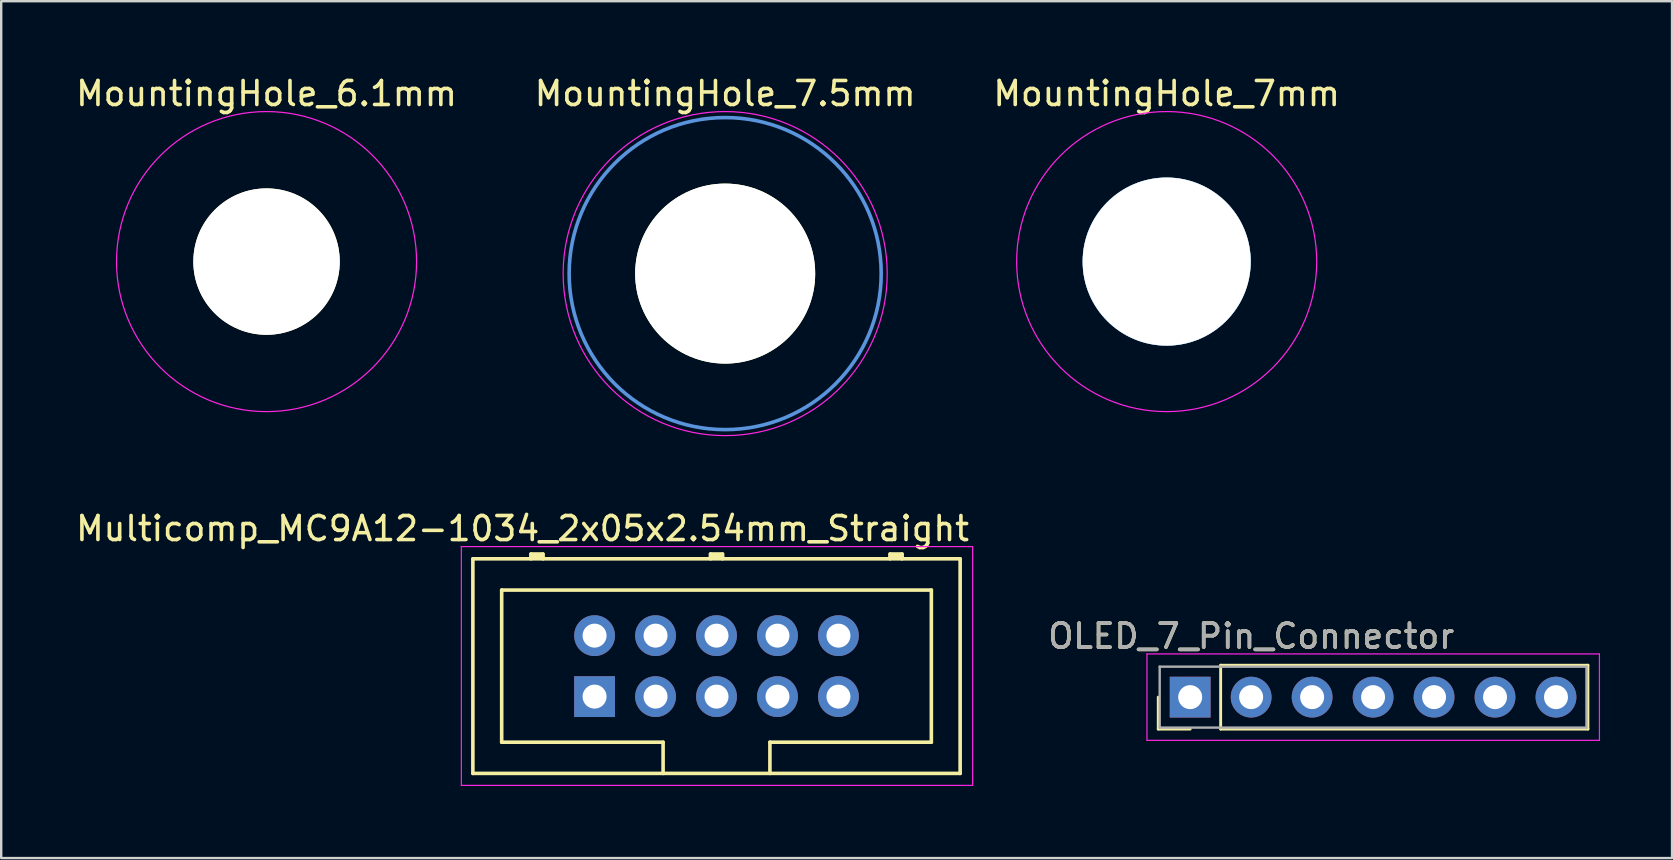
<source format=kicad_pcb>
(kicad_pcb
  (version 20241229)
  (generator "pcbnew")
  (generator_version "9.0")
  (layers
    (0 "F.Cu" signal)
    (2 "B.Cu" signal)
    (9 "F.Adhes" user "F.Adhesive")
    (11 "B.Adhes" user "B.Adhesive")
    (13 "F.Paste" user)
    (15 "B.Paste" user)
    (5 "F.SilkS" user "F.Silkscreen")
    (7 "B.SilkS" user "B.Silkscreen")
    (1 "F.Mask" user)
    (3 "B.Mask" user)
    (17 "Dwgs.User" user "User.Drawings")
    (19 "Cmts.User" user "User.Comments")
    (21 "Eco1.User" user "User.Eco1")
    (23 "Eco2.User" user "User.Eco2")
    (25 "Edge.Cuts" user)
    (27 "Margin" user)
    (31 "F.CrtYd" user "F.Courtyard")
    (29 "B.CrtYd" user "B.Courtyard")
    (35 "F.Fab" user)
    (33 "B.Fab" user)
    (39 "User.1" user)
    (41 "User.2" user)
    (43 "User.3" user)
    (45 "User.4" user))
  (footprint "MountingHole_7mm"
    (layer "F.Cu")
    (at 45.554 7.848)
    (property "Reference" "MountingHole_7mm" (at 0 -7 0) (layer "F.SilkS") (effects (font (size 1 1) (thickness 0.15))))
    (attr through_hole)
    (fp_circle (center 0 0) (end 3.43 0) (stroke (width 0.15) (type solid)) (fill no) (layer "Cmts.User"))
    (fp_circle (center 0 0) (end 6.25 0) (stroke (width 0.05) (type solid)) (fill no) (layer "F.CrtYd"))
    (pad "" np_thru_hole circle (at 0 0) (size 7 7) (drill 7) (layers "*.Cu" "*.Mask" "F.SilkS")))
  (footprint "OLED_7_Pin_Connector"
    (layer "F.Cu")
    (at 54.153 18.373)
    (property "Reference" "OLED_7_Pin_Connector" (at -5.08 5.08 0) (layer "F.SilkS") (effects (font (size 1 1) (thickness 0.15))))
    (attr through_hole)
    (fp_line (start -8.95 8.95) (end -8.95 7.62) (stroke (width 0.12) (type solid)) (layer "F.SilkS"))
    (fp_line (start -7.62 8.95) (end -8.95 8.95) (stroke (width 0.12) (type solid)) (layer "F.SilkS"))
    (fp_line (start -6.35 6.29) (end -6.35 8.95) (stroke (width 0.12) (type solid)) (layer "F.SilkS"))
    (fp_line (start -6.35 8.95) (end 8.95 8.95) (stroke (width 0.12) (type solid)) (layer "F.SilkS"))
    (fp_line (start 8.95 6.29) (end -6.35 6.29) (stroke (width 0.12) (type solid)) (layer "F.SilkS"))
    (fp_line (start 8.95 8.95) (end 8.95 6.29) (stroke (width 0.12) (type solid)) (layer "F.SilkS"))
    (fp_line (start -9.42 5.82) (end -9.42 9.42) (stroke (width 0.05) (type solid)) (layer "F.CrtYd"))
    (fp_line (start -9.42 9.42) (end 9.43 9.42) (stroke (width 0.05) (type solid)) (layer "F.CrtYd"))
    (fp_line (start 9.43 5.82) (end -9.42 5.82) (stroke (width 0.05) (type solid)) (layer "F.CrtYd"))
    (fp_line (start 9.43 9.42) (end 9.43 5.82) (stroke (width 0.05) (type solid)) (layer "F.CrtYd"))
    (fp_line (start -8.89 6.35) (end -8.89 8.89) (stroke (width 0.1) (type solid)) (layer "F.Fab"))
    (fp_line (start -8.89 8.89) (end 8.89 8.89) (stroke (width 0.1) (type solid)) (layer "F.Fab"))
    (fp_line (start 8.89 6.35) (end -8.89 6.35) (stroke (width 0.1) (type solid)) (layer "F.Fab"))
    (fp_line (start 8.89 8.89) (end 8.89 6.35) (stroke (width 0.1) (type solid)) (layer "F.Fab"))
    (fp_text user "${REFERENCE}" (at -5.08 5.08 180) (layer "F.Fab") (effects (font (size 1 1) (thickness 0.15))))
    (pad "1" thru_hole rect (at -7.62 7.62 90) (size 1.7 1.7) (drill 1) (layers "*.Cu" "*.Mask"))
    (pad "2" thru_hole oval (at -5.08 7.62 90) (size 1.7 1.7) (drill 1) (layers "*.Cu" "*.Mask"))
    (pad "3" thru_hole oval (at -2.54 7.62 90) (size 1.7 1.7) (drill 1) (layers "*.Cu" "*.Mask"))
    (pad "4" thru_hole oval (at 0 7.62 90) (size 1.7 1.7) (drill 1) (layers "*.Cu" "*.Mask"))
    (pad "5" thru_hole oval (at 2.54 7.62 90) (size 1.7 1.7) (drill 1) (layers "*.Cu" "*.Mask"))
    (pad "6" thru_hole oval (at 5.08 7.62 90) (size 1.7 1.7) (drill 1) (layers "*.Cu" "*.Mask"))
    (pad "7" thru_hole oval (at 7.62 7.62 90) (size 1.7 1.7) (drill 1) (layers "*.Cu" "*.Mask")))
  (footprint "Multicomp_MC9A12-1034_2x05x2.54mm_Straight"
    (layer "F.Cu")
    (at 21.72 25.971)
    (property "Reference" "Multicomp_MC9A12-1034_2x05x2.54mm_Straight" (at -3 -7 0) (layer "F.SilkS") (effects (font (size 1 1) (thickness 0.15))))
    (attr through_hole)
    (fp_line (start -5.07 -5.74) (end 15.23 -5.74) (stroke (width 0.15) (type solid)) (layer "F.SilkS"))
    (fp_line (start -5.07 3.2) (end -5.07 -5.74) (stroke (width 0.15) (type solid)) (layer "F.SilkS"))
    (fp_line (start -3.87 -4.44) (end 14.03 -4.44) (stroke (width 0.15) (type solid)) (layer "F.SilkS"))
    (fp_line (start -3.87 1.9) (end -3.87 -4.44) (stroke (width 0.15) (type solid)) (layer "F.SilkS"))
    (fp_line (start -2.65 -5.94) (end -2.15 -5.94) (stroke (width 0.15) (type solid)) (layer "F.SilkS"))
    (fp_line (start -2.65 -5.84) (end -2.15 -5.84) (stroke (width 0.15) (type solid)) (layer "F.SilkS"))
    (fp_line (start -2.65 -5.74) (end -2.65 -5.94) (stroke (width 0.15) (type solid)) (layer "F.SilkS"))
    (fp_line (start -2.15 -5.94) (end -2.15 -5.74) (stroke (width 0.15) (type solid)) (layer "F.SilkS"))
    (fp_line (start 2.855 1.9) (end -3.87 1.9) (stroke (width 0.15) (type solid)) (layer "F.SilkS"))
    (fp_line (start 2.855 3.2) (end 2.855 1.9) (stroke (width 0.15) (type solid)) (layer "F.SilkS"))
    (fp_line (start 4.83 -5.94) (end 5.33 -5.94) (stroke (width 0.15) (type solid)) (layer "F.SilkS"))
    (fp_line (start 4.83 -5.84) (end 5.33 -5.84) (stroke (width 0.15) (type solid)) (layer "F.SilkS"))
    (fp_line (start 4.83 -5.74) (end 4.83 -5.94) (stroke (width 0.15) (type solid)) (layer "F.SilkS"))
    (fp_line (start 5.33 -5.94) (end 5.33 -5.74) (stroke (width 0.15) (type solid)) (layer "F.SilkS"))
    (fp_line (start 7.305 1.9) (end 7.305 3.2) (stroke (width 0.15) (type solid)) (layer "F.SilkS"))
    (fp_line (start 12.31 -5.94) (end 12.81 -5.94) (stroke (width 0.15) (type solid)) (layer "F.SilkS"))
    (fp_line (start 12.31 -5.84) (end 12.81 -5.84) (stroke (width 0.15) (type solid)) (layer "F.SilkS"))
    (fp_line (start 12.31 -5.74) (end 12.31 -5.94) (stroke (width 0.15) (type solid)) (layer "F.SilkS"))
    (fp_line (start 12.81 -5.94) (end 12.81 -5.74) (stroke (width 0.15) (type solid)) (layer "F.SilkS"))
    (fp_line (start 14.03 -4.44) (end 14.03 1.9) (stroke (width 0.15) (type solid)) (layer "F.SilkS"))
    (fp_line (start 14.03 1.9) (end 7.305 1.9) (stroke (width 0.15) (type solid)) (layer "F.SilkS"))
    (fp_line (start 15.23 -5.74) (end 15.23 3.2) (stroke (width 0.15) (type solid)) (layer "F.SilkS"))
    (fp_line (start 15.23 3.2) (end -5.07 3.2) (stroke (width 0.15) (type solid)) (layer "F.SilkS"))
    (fp_line (start -5.55 -6.25) (end 15.75 -6.25) (stroke (width 0.05) (type solid)) (layer "F.CrtYd"))
    (fp_line (start -5.55 3.7) (end -5.55 -6.25) (stroke (width 0.05) (type solid)) (layer "F.CrtYd"))
    (fp_line (start 15.75 -6.25) (end 15.75 3.7) (stroke (width 0.05) (type solid)) (layer "F.CrtYd"))
    (fp_line (start 15.75 3.7) (end -5.55 3.7) (stroke (width 0.05) (type solid)) (layer "F.CrtYd"))
    (pad "1" thru_hole rect (at 0 0) (size 1.7 1.7) (drill 1) (layers "*.Cu" "*.Mask"))
    (pad "2" thru_hole circle (at 0 -2.54) (size 1.7 1.7) (drill 1) (layers "*.Cu" "*.Mask"))
    (pad "3" thru_hole circle (at 2.54 0) (size 1.7 1.7) (drill 1) (layers "*.Cu" "*.Mask"))
    (pad "4" thru_hole circle (at 2.54 -2.54) (size 1.7 1.7) (drill 1) (layers "*.Cu" "*.Mask"))
    (pad "5" thru_hole circle (at 5.08 0) (size 1.7 1.7) (drill 1) (layers "*.Cu" "*.Mask"))
    (pad "6" thru_hole circle (at 5.08 -2.54) (size 1.7 1.7) (drill 1) (layers "*.Cu" "*.Mask"))
    (pad "7" thru_hole circle (at 7.62 0) (size 1.7 1.7) (drill 1) (layers "*.Cu" "*.Mask"))
    (pad "8" thru_hole circle (at 7.62 -2.54) (size 1.7 1.7) (drill 1) (layers "*.Cu" "*.Mask"))
    (pad "9" thru_hole circle (at 10.16 0) (size 1.7 1.7) (drill 1) (layers "*.Cu" "*.Mask"))
    (pad "10" thru_hole circle (at 10.16 -2.54) (size 1.7 1.7) (drill 1) (layers "*.Cu" "*.Mask")))
  (footprint "MountingHole_7.5mm"
    (layer "F.Cu")
    (at 27.161 8.348)
    (property "Reference" "MountingHole_7.5mm" (at 0 -7.5 0) (layer "F.SilkS") (effects (font (size 1 1) (thickness 0.15))))
    (attr through_hole)
    (fp_circle (center 0 0) (end 6.5 0) (stroke (width 0.15) (type solid)) (fill no) (layer "Cmts.User"))
    (fp_circle (center 0 0) (end 6.75 0) (stroke (width 0.05) (type solid)) (fill no) (layer "F.CrtYd"))
    (pad "" np_thru_hole circle (at 0 0) (size 7.5 7.5) (drill 7.5) (layers "*.Cu" "*.Mask" "F.SilkS")))
  (footprint "MountingHole_6.1mm"
    (layer "F.Cu")
    (at 8.054 7.848)
    (property "Reference" "MountingHole_6.1mm" (at 0 -7 0) (layer "F.SilkS") (effects (font (size 1 1) (thickness 0.15))))
    (attr through_hole)
    (fp_circle (center 0 0) (end 2.93 0) (stroke (width 0.15) (type solid)) (fill no) (layer "Cmts.User"))
    (fp_circle (center 0 0) (end 6.25 0) (stroke (width 0.05) (type solid)) (fill no) (layer "F.CrtYd"))
    (pad "" np_thru_hole circle (at 0 0) (size 6.1 6.1) (drill 6.1) (layers "*.Cu" "*.Mask" "F.SilkS")))
  (gr_rect
    (start -3 -3)
    (end 66.608 32.697)
    (stroke (width 0.1) (type default))
    (fill no)
    (layer "Edge.Cuts")))
</source>
